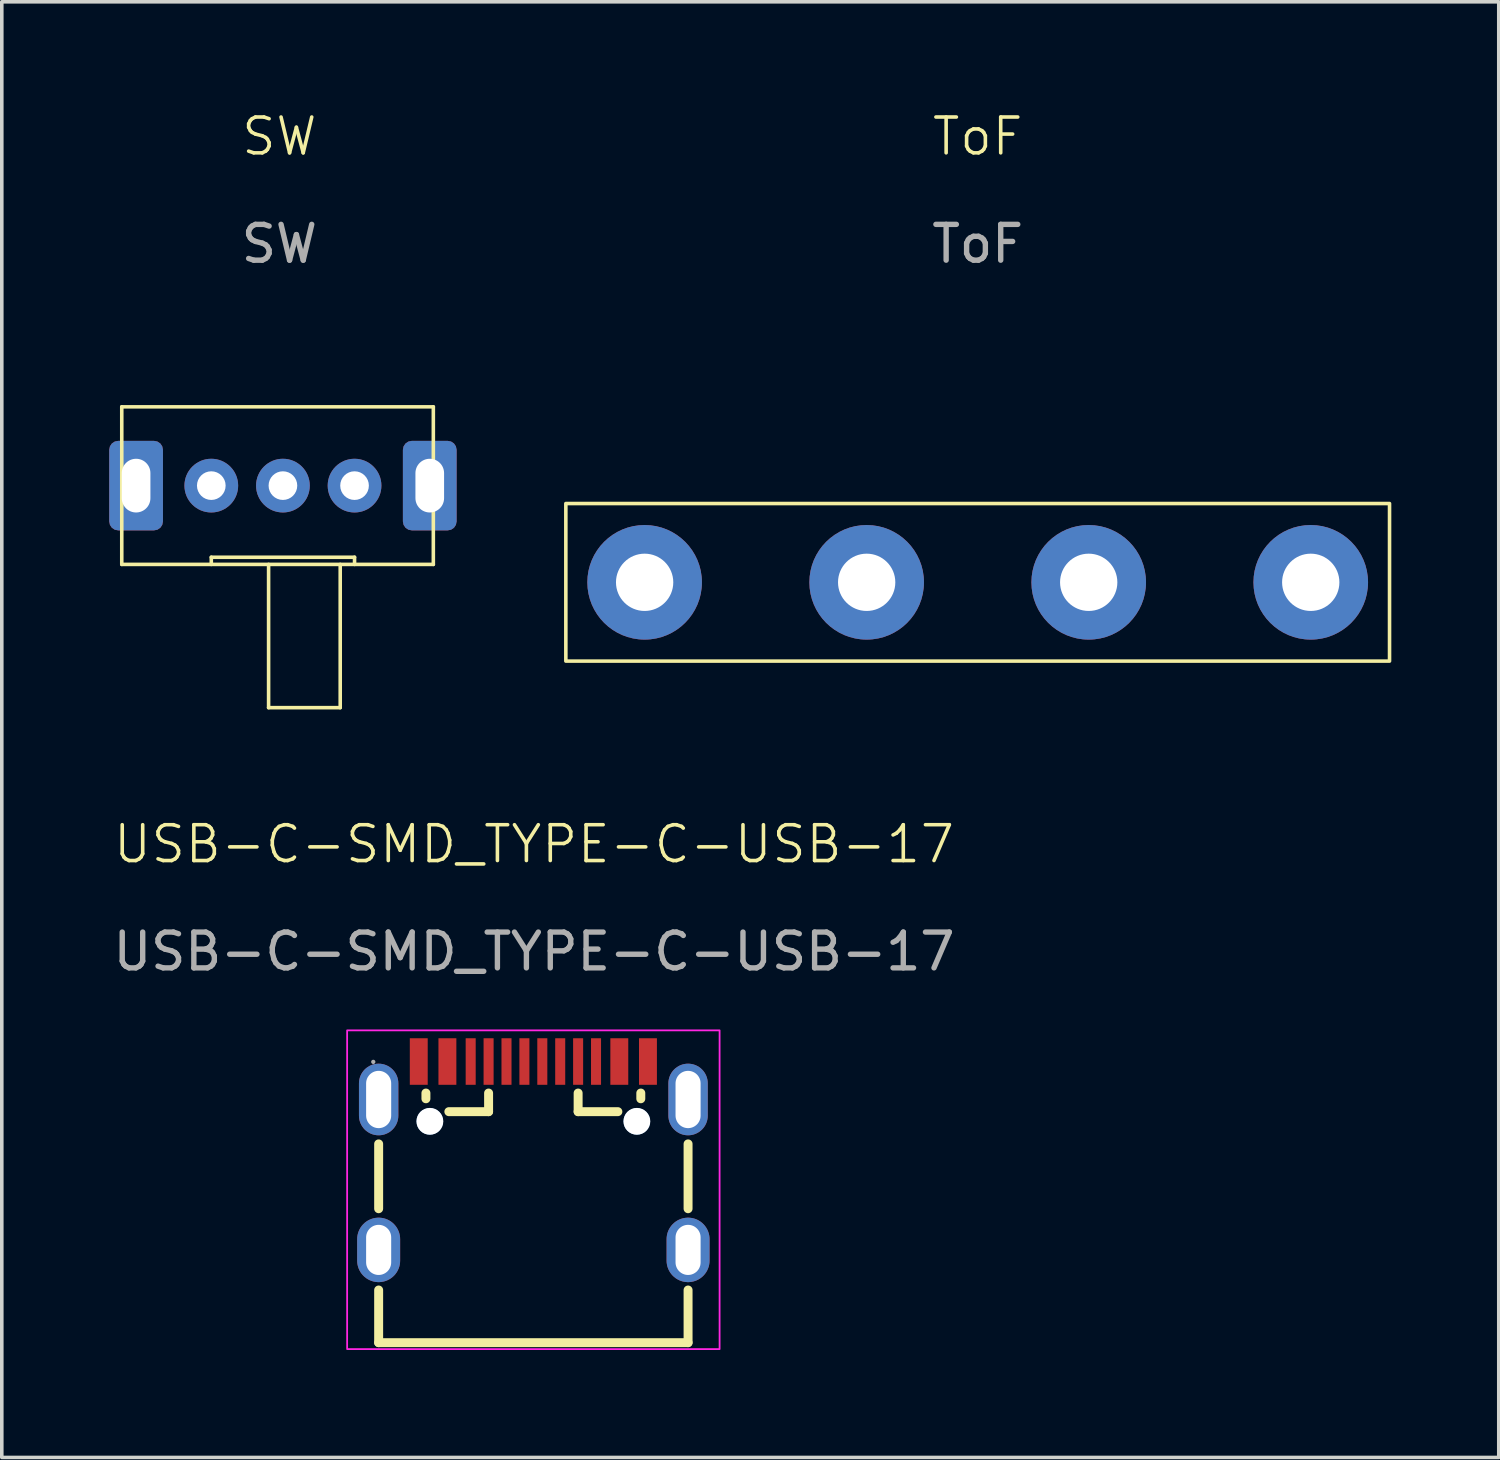
<source format=kicad_pcb>
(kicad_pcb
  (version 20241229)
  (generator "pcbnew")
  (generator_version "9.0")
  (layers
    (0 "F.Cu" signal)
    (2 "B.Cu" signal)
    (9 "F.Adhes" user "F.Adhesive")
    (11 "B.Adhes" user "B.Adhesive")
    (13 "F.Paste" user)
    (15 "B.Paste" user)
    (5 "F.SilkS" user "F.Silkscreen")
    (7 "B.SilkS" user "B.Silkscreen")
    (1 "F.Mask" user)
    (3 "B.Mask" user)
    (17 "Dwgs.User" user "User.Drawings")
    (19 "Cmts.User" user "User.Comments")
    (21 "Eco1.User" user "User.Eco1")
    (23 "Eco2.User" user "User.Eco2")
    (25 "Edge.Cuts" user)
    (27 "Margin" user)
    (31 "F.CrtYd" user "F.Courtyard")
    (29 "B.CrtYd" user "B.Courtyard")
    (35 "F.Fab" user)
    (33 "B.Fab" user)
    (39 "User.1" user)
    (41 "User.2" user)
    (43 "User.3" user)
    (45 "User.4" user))
  (footprint "SW"
    (layer "F.Cu")
    (at 4.65 10.71)
    (property "Reference" "SW" (at 0.1 -9.95 0) (unlocked yes) (layer "F.SilkS") (effects (font (size 1 1) (thickness 0.1))))
    (attr through_hole)
    (fp_line (start -4.3 -2.4) (end -4.3 2) (stroke (width 0.1) (type default)) (layer "F.SilkS"))
    (fp_line (start -4.3 -2.4) (end 4.4 -2.4) (stroke (width 0.1) (type default)) (layer "F.SilkS"))
    (fp_line (start -1.8 1.8) (end 2.2 1.8) (stroke (width 0.1) (type default)) (layer "F.SilkS"))
    (fp_line (start -1.8 2) (end -1.8 1.8) (stroke (width 0.1) (type default)) (layer "F.SilkS"))
    (fp_line (start -0.2 6) (end -0.2 2) (stroke (width 0.1) (type default)) (layer "F.SilkS"))
    (fp_line (start 1.8 2) (end 1.8 6) (stroke (width 0.1) (type default)) (layer "F.SilkS"))
    (fp_line (start 1.8 6) (end -0.2 6) (stroke (width 0.1) (type default)) (layer "F.SilkS"))
    (fp_line (start 2.2 1.8) (end 2.2 2) (stroke (width 0.1) (type default)) (layer "F.SilkS"))
    (fp_line (start 4.4 -2.4) (end 4.4 2) (stroke (width 0.1) (type default)) (layer "F.SilkS"))
    (fp_line (start 4.4 2) (end -4.3 2) (stroke (width 0.1) (type default)) (layer "F.SilkS"))
    (fp_text user "${REFERENCE}" (at 0.1 -6.95 0) (unlocked yes) (layer "F.Fab") (effects (font (size 1 1) (thickness 0.15))))
    (pad "" thru_hole roundrect (at -3.9 -0.2) (size 1.5 2.5) (drill oval 0.8 1.5) (layers "*.Cu" "*.Mask") (roundrect_rratio 0.167))
    (pad "" thru_hole roundrect (at 4.3 -0.2) (size 1.5 2.5) (drill oval 0.8 1.5) (layers "*.Cu" "*.Mask") (roundrect_rratio 0.167))
    (pad "1" thru_hole circle (at -1.8 -0.2) (size 1.5 1.5) (drill 0.8) (layers "*.Cu" "*.Mask"))
    (pad "2" thru_hole circle (at 0.2 -0.2) (size 1.5 1.5) (drill 0.8) (layers "*.Cu" "*.Mask"))
    (pad "3" thru_hole circle (at 2.2 -0.2) (size 1.5 1.5) (drill 0.8) (layers "*.Cu" "*.Mask")))
  (footprint "USB-C-SMD_TYPE-C-USB-17"
    (layer "F.Cu")
    (at 11.863 30.871)
    (property "Reference" "USB-C-SMD_TYPE-C-USB-17" (at 0 -10.35 0) (unlocked yes) (layer "F.SilkS") (effects (font (size 1 1) (thickness 0.1))))
    (attr through_hole)
    (fp_line (start -4.34 -0.17) (end -4.34 -1.98) (stroke (width 0.25) (type solid)) (layer "F.SilkS"))
    (fp_line (start -4.34 3.57) (end -4.34 2.1) (stroke (width 0.25) (type solid)) (layer "F.SilkS"))
    (fp_line (start -3.02 -3.24) (end -3.02 -3.4) (stroke (width 0.25) (type solid)) (layer "F.SilkS"))
    (fp_line (start -2.38 -2.88) (end -1.27 -2.88) (stroke (width 0.25) (type solid)) (layer "F.SilkS"))
    (fp_line (start -1.27 -2.88) (end -1.27 -3.4) (stroke (width 0.25) (type solid)) (layer "F.SilkS"))
    (fp_line (start 1.23 -2.88) (end 1.23 -3.4) (stroke (width 0.25) (type solid)) (layer "F.SilkS"))
    (fp_line (start 1.23 -2.88) (end 2.34 -2.88) (stroke (width 0.25) (type solid)) (layer "F.SilkS"))
    (fp_line (start 2.98 -3.24) (end 2.98 -3.4) (stroke (width 0.25) (type solid)) (layer "F.SilkS"))
    (fp_line (start 4.3 -0.17) (end 4.3 -1.98) (stroke (width 0.25) (type solid)) (layer "F.SilkS"))
    (fp_line (start 4.3 3.57) (end -4.34 3.57) (stroke (width 0.25) (type solid)) (layer "F.SilkS"))
    (fp_line (start 4.3 3.57) (end 4.3 2.1) (stroke (width 0.25) (type solid)) (layer "F.SilkS"))
    (fp_circle (center -2.91 -2.61) (end -2.79 -2.61) (stroke (width 0.25) (type solid)) (fill no) (layer "Cmts.User"))
    (fp_circle (center 2.87 -2.61) (end 2.99 -2.61) (stroke (width 0.25) (type solid)) (fill no) (layer "Cmts.User"))
    (fp_rect (start -5.22 -5.15) (end 5.18 3.75) (stroke (width 0.05) (type default)) (fill no) (layer "F.CrtYd"))
    (fp_circle (center -4.49 -4.27) (end -4.46 -4.27) (stroke (width 0.06) (type solid)) (fill no) (layer "F.Fab"))
    (fp_text user "${REFERENCE}" (at 0 -7.35 0) (unlocked yes) (layer "F.Fab") (effects (font (size 1 1) (thickness 0.15))))
    (pad "" np_thru_hole circle (at -2.91 -2.61) (size 0.75 0.75) (drill 0.75) (layers "*.Cu" "*.Mask"))
    (pad "" np_thru_hole circle (at 2.87 -2.61) (size 0.75 0.75) (drill 0.75) (layers "*.Cu" "*.Mask"))
    (pad "0" thru_hole oval (at -4.34 -3.22) (size 1.1 2) (drill oval 0.7 1.6) (layers "*.Cu" "*.Mask"))
    (pad "0" thru_hole oval (at -4.34 0.98) (size 1.2 1.8) (drill oval 0.7 1.4) (layers "*.Cu" "*.Mask"))
    (pad "0" thru_hole oval (at 4.3 -3.22) (size 1.1 2) (drill oval 0.7 1.6) (layers "*.Cu" "*.Mask"))
    (pad "0" thru_hole oval (at 4.3 0.98) (size 1.2 1.8) (drill oval 0.7 1.4) (layers "*.Cu" "*.Mask"))
    (pad "A1" smd rect (at -3.22 -4.28) (size 0.5 1.3) (layers "F.Cu" "F.Mask" "F.Paste"))
    (pad "A4" smd rect (at -2.42 -4.28) (size 0.5 1.3) (layers "F.Cu" "F.Mask" "F.Paste"))
    (pad "A5" smd rect (at -1.27 -4.28) (size 0.28 1.3) (layers "F.Cu" "F.Mask" "F.Paste"))
    (pad "A6" smd rect (at -0.27 -4.28) (size 0.28 1.3) (layers "F.Cu" "F.Mask" "F.Paste"))
    (pad "A7" smd rect (at 0.23 -4.28) (size 0.28 1.3) (layers "F.Cu" "F.Mask" "F.Paste"))
    (pad "A8" smd rect (at 1.23 -4.28) (size 0.28 1.3) (layers "F.Cu" "F.Mask" "F.Paste"))
    (pad "A9" smd rect (at 2.38 -4.28) (size 0.5 1.3) (layers "F.Cu" "F.Mask" "F.Paste"))
    (pad "A12" smd rect (at 3.18 -4.28) (size 0.5 1.3) (layers "F.Cu" "F.Mask" "F.Paste"))
    (pad "B5" smd rect (at 1.73 -4.28) (size 0.28 1.3) (layers "F.Cu" "F.Mask" "F.Paste"))
    (pad "B6" smd rect (at 0.73 -4.28) (size 0.28 1.3) (layers "F.Cu" "F.Mask" "F.Paste"))
    (pad "B7" smd rect (at -0.77 -4.28) (size 0.28 1.3) (layers "F.Cu" "F.Mask" "F.Paste"))
    (pad "B8" smd rect (at -1.77 -4.28) (size 0.28 1.3) (layers "F.Cu" "F.Mask" "F.Paste")))
  (footprint "ToF"
    (layer "F.Cu")
    (at 24.25 13.21)
    (property "Reference" "ToF" (at 0 -12.45 0) (unlocked yes) (layer "F.SilkS") (effects (font (size 1 1) (thickness 0.1))))
    (attr through_hole)
    (fp_rect (start -11.5 -2.2) (end 11.5 2.2) (stroke (width 0.1) (type default)) (fill no) (layer "F.SilkS"))
    (fp_text user "${REFERENCE}" (at 0 -9.45 0) (unlocked yes) (layer "F.Fab") (effects (font (size 1 1) (thickness 0.15))))
    (pad "1" thru_hole circle (at -9.3 0) (size 3.2 3.2) (drill 1.6) (layers "*.Cu" "*.Mask"))
    (pad "2" thru_hole circle (at 9.3 0) (size 3.2 3.2) (drill 1.6) (layers "*.Cu" "*.Mask"))
    (pad "3" thru_hole circle (at -3.1 0) (size 3.2 3.2) (drill 1.6) (layers "*.Cu" "*.Mask"))
    (pad "4" thru_hole circle (at 3.1 0) (size 3.2 3.2) (drill 1.6) (layers "*.Cu" "*.Mask")))
  (gr_rect
    (start -3 -3)
    (end 38.8 37.646)
    (stroke (width 0.1) (type default))
    (fill no)
    (layer "Edge.Cuts")))
</source>
